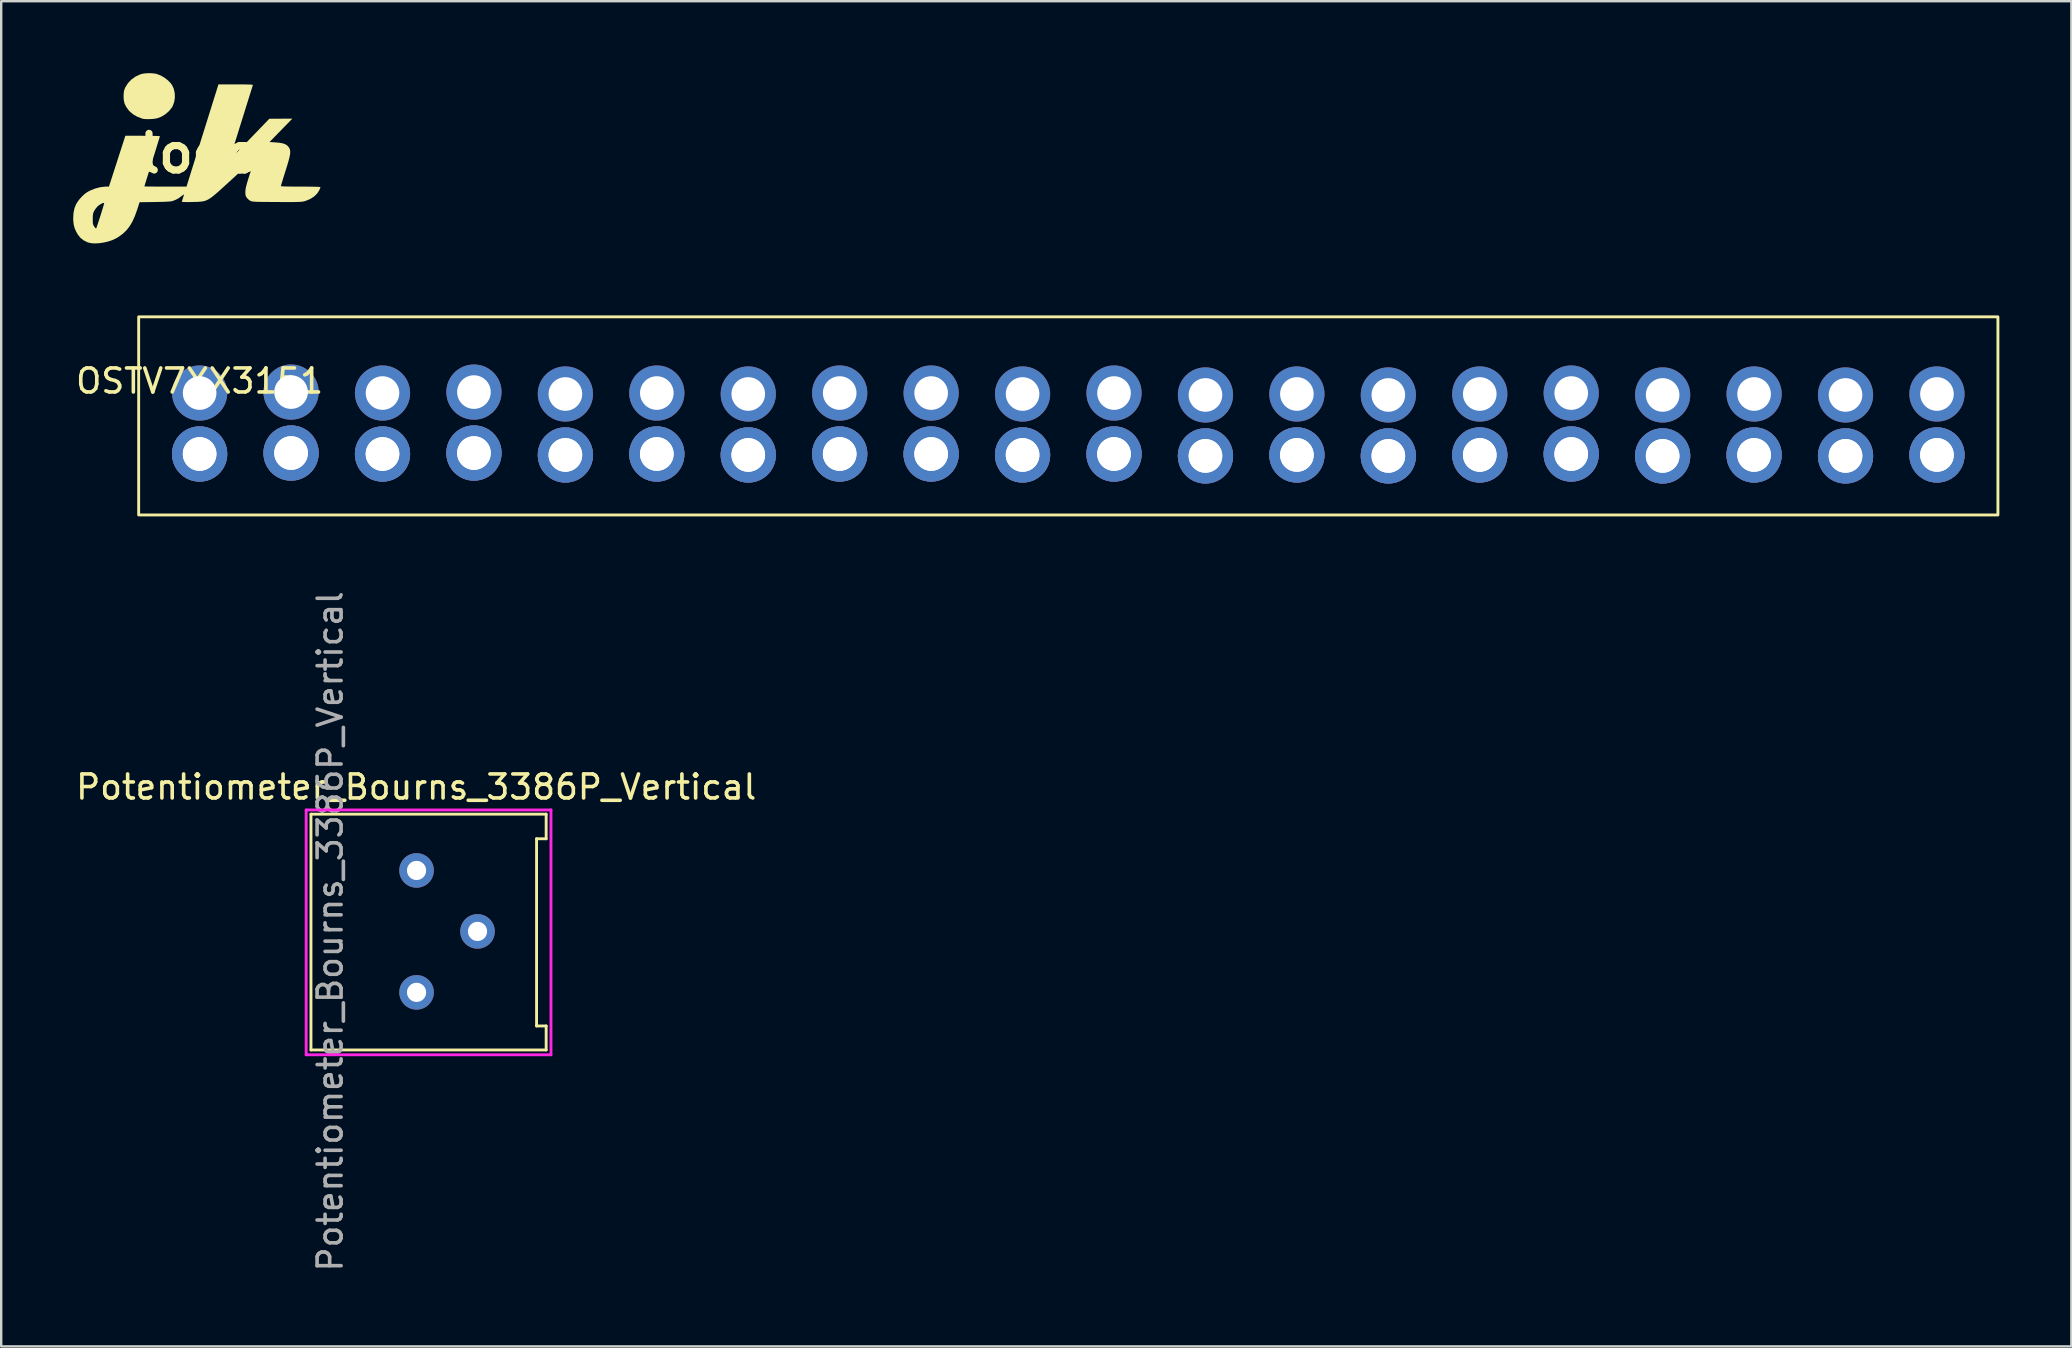
<source format=kicad_pcb>
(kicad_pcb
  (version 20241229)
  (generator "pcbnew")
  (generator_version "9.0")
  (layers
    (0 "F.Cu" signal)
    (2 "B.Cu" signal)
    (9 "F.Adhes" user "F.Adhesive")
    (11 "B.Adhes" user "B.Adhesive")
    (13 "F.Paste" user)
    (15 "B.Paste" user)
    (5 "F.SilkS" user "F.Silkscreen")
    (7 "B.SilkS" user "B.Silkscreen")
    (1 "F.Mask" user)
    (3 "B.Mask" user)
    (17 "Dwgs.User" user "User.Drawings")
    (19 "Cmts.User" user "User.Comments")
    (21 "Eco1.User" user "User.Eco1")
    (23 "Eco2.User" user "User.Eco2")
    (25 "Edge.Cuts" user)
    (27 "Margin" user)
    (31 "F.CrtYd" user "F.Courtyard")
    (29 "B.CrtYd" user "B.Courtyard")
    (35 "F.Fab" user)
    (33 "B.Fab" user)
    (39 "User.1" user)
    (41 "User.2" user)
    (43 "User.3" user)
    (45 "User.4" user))
  (footprint "Potentiometer_Bourns_3386P_Vertical"
    (layer "F.Cu")
    (at 14.307 38.299)
    (property "Reference" "Potentiometer_Bourns_3386P_Vertical" (at -0.015 -8.555 0) (layer "F.SilkS") (effects (font (size 1 1) (thickness 0.15))))
    (attr through_hole)
    (fp_line (start -4.4 -7.425) (end -4.4 2.4) (stroke (width 0.12) (type solid)) (layer "F.SilkS"))
    (fp_line (start -4.4 -7.425) (end 5.4 -7.425) (stroke (width 0.12) (type solid)) (layer "F.SilkS"))
    (fp_line (start -4.4 2.4) (end 5.4 2.4) (stroke (width 0.12) (type solid)) (layer "F.SilkS"))
    (fp_line (start 5 -6.4) (end 5 1.4) (stroke (width 0.12) (type solid)) (layer "F.SilkS"))
    (fp_line (start 5 1.4) (end 5.4 1.4) (stroke (width 0.12) (type solid)) (layer "F.SilkS"))
    (fp_line (start 5.4 -7.425) (end 5.4 -6.4) (stroke (width 0.12) (type solid)) (layer "F.SilkS"))
    (fp_line (start 5.4 -6.4) (end 5 -6.4) (stroke (width 0.12) (type solid)) (layer "F.SilkS"))
    (fp_line (start 5.4 1.4) (end 5.4 2.4) (stroke (width 0.12) (type solid)) (layer "F.SilkS"))
    (fp_line (start -4.6 -7.6) (end -4.6 2.6) (stroke (width 0.12) (type solid)) (layer "F.CrtYd"))
    (fp_line (start -4.6 -7.6) (end 5.6 -7.6) (stroke (width 0.12) (type solid)) (layer "F.CrtYd"))
    (fp_line (start -4.6 2.6) (end 5.6 2.6) (stroke (width 0.12) (type solid)) (layer "F.CrtYd"))
    (fp_line (start 5.6 -7.6) (end 5.6 2.6) (stroke (width 0.12) (type solid)) (layer "F.CrtYd"))
    (fp_text user "${REFERENCE}" (at -3.6 -2.54 90) (layer "F.Fab") (effects (font (size 1 1) (thickness 0.15))))
    (pad "1" thru_hole circle (at 0 0) (size 1.44 1.44) (drill 0.8) (layers "*.Cu" "*.Mask"))
    (pad "2" thru_hole circle (at 2.54 -2.54) (size 1.44 1.44) (drill 0.8) (layers "*.Cu" "*.Mask"))
    (pad "3" thru_hole circle (at 0 -5.08) (size 1.44 1.44) (drill 0.8) (layers "*.Cu" "*.Mask")))
  (footprint "logo"
    (layer "F.Cu")
    (at 5.263 3.343)
    (property "Reference" "logo" (at 0 0 0) (layer "F.SilkS") (effects (font (size 1.524 1.524) (thickness 0.3))))
    (attr board_only exclude_from_pos_files exclude_from_bom)
    (fp_poly (pts (xy -2.011 -3.342) (xy -1.879 -3.33) (xy -1.792 -3.314) (xy -1.63 -3.254) (xy -1.47 -3.164) (xy -1.323 -3.052) (xy -1.201 -2.927) (xy -1.14 -2.841) (xy -1.07 -2.685) (xy -1.032 -2.51) (xy -1.027 -2.327) (xy -1.054 -2.147) (xy -1.114 -1.982) (xy -1.149 -1.918) (xy -1.268 -1.767) (xy -1.419 -1.635) (xy -1.59 -1.531) (xy -1.741 -1.471) (xy -1.84 -1.45) (xy -1.963 -1.435) (xy -2.094 -1.429) (xy -2.221 -1.429) (xy -2.33 -1.438) (xy -2.397 -1.453) (xy -2.6 -1.533) (xy -2.765 -1.629) (xy -2.901 -1.743) (xy -2.954 -1.801) (xy -3.055 -1.939) (xy -3.121 -2.074) (xy -3.156 -2.22) (xy -3.164 -2.388) (xy -3.163 -2.427) (xy -3.156 -2.534) (xy -3.143 -2.616) (xy -3.119 -2.69) (xy -3.084 -2.766) (xy -2.978 -2.933) (xy -2.837 -3.08) (xy -2.669 -3.2) (xy -2.483 -3.288) (xy -2.4 -3.314) (xy -2.29 -3.333) (xy -2.154 -3.343)) (stroke (width 0) (type solid)) (fill yes) (layer "F.SilkS"))
    (fp_poly (pts (xy 1.717 -2.876) (xy 1.881 -2.875) (xy 2.008 -2.873) (xy 2.102 -2.87) (xy 2.167 -2.866) (xy 2.206 -2.861) (xy 2.223 -2.854) (xy 2.224 -2.848) (xy 2.216 -2.824) (xy 2.196 -2.761) (xy 2.166 -2.664) (xy 2.126 -2.536) (xy 2.078 -2.383) (xy 2.023 -2.208) (xy 1.963 -2.016) (xy 1.899 -1.81) (xy 1.832 -1.595) (xy 1.763 -1.375) (xy 1.694 -1.154) (xy 1.626 -0.936) (xy 1.561 -0.726) (xy 1.499 -0.528) (xy 1.443 -0.345) (xy 1.392 -0.183) (xy 1.349 -0.045) (xy 1.315 0.065) (xy 1.291 0.143) (xy 1.281 0.175) (xy 1.276 0.193) (xy 1.271 0.208) (xy 1.27 0.219) (xy 1.275 0.222) (xy 1.286 0.217) (xy 1.307 0.201) (xy 1.339 0.173) (xy 1.383 0.13) (xy 1.443 0.071) (xy 1.519 -0.006) (xy 1.615 -0.104) (xy 1.731 -0.223) (xy 1.869 -0.367) (xy 2.033 -0.536) (xy 2.222 -0.732) (xy 2.441 -0.959) (xy 2.52 -1.041) (xy 2.91 -1.445) (xy 3.389 -1.447) (xy 3.868 -1.45) (xy 3.635 -1.21) (xy 3.526 -1.099) (xy 3.402 -0.971) (xy 3.276 -0.843) (xy 3.165 -0.728) (xy 3.159 -0.722) (xy 2.917 -0.475) (xy 3.168 -0.459) (xy 3.34 -0.443) (xy 3.474 -0.418) (xy 3.577 -0.381) (xy 3.655 -0.331) (xy 3.715 -0.265) (xy 3.715 -0.265) (xy 3.746 -0.214) (xy 3.768 -0.16) (xy 3.779 -0.1) (xy 3.78 -0.027) (xy 3.769 0.062) (xy 3.746 0.174) (xy 3.71 0.311) (xy 3.66 0.48) (xy 3.597 0.686) (xy 3.582 0.732) (xy 3.533 0.89) (xy 3.488 1.033) (xy 3.45 1.158) (xy 3.419 1.257) (xy 3.399 1.327) (xy 3.39 1.36) (xy 3.39 1.362) (xy 3.411 1.367) (xy 3.474 1.372) (xy 3.573 1.376) (xy 3.705 1.379) (xy 3.867 1.381) (xy 4.054 1.382) (xy 4.215 1.383) (xy 4.457 1.383) (xy 4.658 1.385) (xy 4.818 1.388) (xy 4.935 1.392) (xy 5.009 1.397) (xy 5.039 1.404) (xy 5.04 1.405) (xy 5.031 1.437) (xy 5.008 1.493) (xy 4.99 1.533) (xy 4.902 1.672) (xy 4.775 1.795) (xy 4.617 1.896) (xy 4.431 1.974) (xy 4.351 1.997) (xy 4.313 2.005) (xy 4.265 2.012) (xy 4.205 2.017) (xy 4.127 2.021) (xy 4.027 2.024) (xy 3.902 2.026) (xy 3.746 2.027) (xy 3.557 2.026) (xy 3.329 2.025) (xy 3.207 2.025) (xy 2.969 2.023) (xy 2.77 2.021) (xy 2.608 2.02) (xy 2.478 2.018) (xy 2.376 2.015) (xy 2.298 2.011) (xy 2.239 2.007) (xy 2.196 2.001) (xy 2.164 1.994) (xy 2.139 1.985) (xy 2.117 1.975) (xy 2.107 1.97) (xy 2.037 1.918) (xy 1.974 1.853) (xy 1.963 1.838) (xy 1.933 1.785) (xy 1.916 1.73) (xy 1.91 1.657) (xy 1.91 1.597) (xy 1.913 1.543) (xy 1.92 1.484) (xy 1.933 1.415) (xy 1.954 1.329) (xy 1.984 1.221) (xy 2.025 1.085) (xy 2.077 0.916) (xy 2.105 0.828) (xy 2.154 0.671) (xy 2.199 0.529) (xy 2.237 0.405) (xy 2.267 0.307) (xy 2.288 0.24) (xy 2.297 0.208) (xy 2.297 0.207) (xy 2.282 0.218) (xy 2.239 0.255) (xy 2.173 0.315) (xy 2.09 0.392) (xy 1.993 0.483) (xy 1.968 0.506) (xy 1.861 0.607) (xy 1.73 0.729) (xy 1.582 0.866) (xy 1.426 1.009) (xy 1.271 1.151) (xy 1.137 1.273) (xy 0.954 1.44) (xy 0.799 1.58) (xy 0.667 1.695) (xy 0.555 1.787) (xy 0.457 1.86) (xy 0.368 1.915) (xy 0.284 1.956) (xy 0.2 1.984) (xy 0.112 2.002) (xy 0.013 2.013) (xy -0.099 2.019) (xy -0.23 2.022) (xy -0.295 2.024) (xy -0.447 2.026) (xy -0.571 2.026) (xy -0.663 2.023) (xy -0.72 2.018) (xy -0.736 2.013) (xy -0.729 1.982) (xy -0.711 1.923) (xy -0.691 1.862) (xy -0.668 1.79) (xy -0.652 1.735) (xy -0.647 1.712) (xy -0.662 1.715) (xy -0.702 1.741) (xy -0.753 1.78) (xy -0.865 1.864) (xy -0.978 1.926) (xy -1.112 1.979) (xy -1.153 1.99) (xy -1.209 1.999) (xy -1.285 2.006) (xy -1.385 2.012) (xy -1.515 2.017) (xy -1.681 2.021) (xy -1.856 2.024) (xy -2.496 2.033) (xy -2.599 2.348) (xy -2.695 2.615) (xy -2.798 2.843) (xy -2.914 3.037) (xy -3.044 3.203) (xy -3.195 3.347) (xy -3.369 3.475) (xy -3.459 3.529) (xy -3.615 3.605) (xy -3.792 3.666) (xy -3.98 3.711) (xy -4.17 3.74) (xy -4.352 3.75) (xy -4.515 3.74) (xy -4.652 3.708) (xy -4.665 3.703) (xy -4.825 3.624) (xy -4.957 3.521) (xy -5.066 3.387) (xy -5.143 3.254) (xy -5.204 3.112) (xy -5.242 2.967) (xy -5.26 2.806) (xy -5.262 2.732) (xy -4.448 2.732) (xy -4.448 2.836) (xy -4.444 2.907) (xy -4.434 2.958) (xy -4.415 3.001) (xy -4.386 3.047) (xy -4.384 3.051) (xy -4.34 3.108) (xy -4.313 3.125) (xy -4.302 3.118) (xy -4.291 3.089) (xy -4.269 3.024) (xy -4.237 2.929) (xy -4.198 2.811) (xy -4.154 2.675) (xy -4.124 2.582) (xy -4.079 2.439) (xy -4.04 2.311) (xy -4.008 2.204) (xy -3.985 2.123) (xy -3.974 2.074) (xy -3.973 2.063) (xy -4.003 2.061) (xy -4.058 2.081) (xy -4.124 2.116) (xy -4.192 2.161) (xy -4.245 2.204) (xy -4.307 2.275) (xy -4.367 2.359) (xy -4.389 2.397) (xy -4.417 2.455) (xy -4.434 2.509) (xy -4.444 2.573) (xy -4.448 2.659) (xy -4.448 2.732) (xy -5.262 2.732) (xy -5.263 2.697) (xy -5.25 2.475) (xy -5.209 2.28) (xy -5.137 2.106) (xy -5.029 1.942) (xy -4.907 1.804) (xy -4.809 1.71) (xy -4.721 1.641) (xy -4.628 1.584) (xy -4.549 1.544) (xy -4.347 1.463) (xy -4.143 1.409) (xy -3.949 1.384) (xy -3.902 1.383) (xy -3.774 1.383) (xy -3.628 0.931) (xy -3.58 0.781) (xy -3.521 0.6) (xy -3.457 0.401) (xy -3.391 0.196) (xy -3.327 -0.003) (xy -3.286 -0.128) (xy -3.09 -0.736) (xy -2.37 -0.736) (xy -2.196 -0.735) (xy -2.037 -0.734) (xy -1.899 -0.731) (xy -1.786 -0.728) (xy -1.704 -0.724) (xy -1.658 -0.72) (xy -1.65 -0.718) (xy -1.657 -0.693) (xy -1.675 -0.631) (xy -1.705 -0.534) (xy -1.744 -0.407) (xy -1.791 -0.254) (xy -1.845 -0.08) (xy -1.905 0.112) (xy -1.969 0.317) (xy -1.974 0.332) (xy -2.038 0.538) (xy -2.098 0.73) (xy -2.152 0.904) (xy -2.2 1.058) (xy -2.24 1.185) (xy -2.27 1.283) (xy -2.289 1.347) (xy -2.297 1.373) (xy -2.297 1.373) (xy -2.275 1.375) (xy -2.214 1.377) (xy -2.118 1.379) (xy -1.991 1.38) (xy -1.839 1.381) (xy -1.665 1.382) (xy -1.476 1.383) (xy -1.42 1.383) (xy -0.542 1.383) (xy 0.123 -0.747) (xy 0.789 -2.877) (xy 1.512 -2.877)) (stroke (width 0) (type solid)) (fill yes) (layer "F.SilkS")))
  (footprint "OSTV7XX3151"
    (layer "F.Cu")
    (at 5.268 13.327)
    (property "Reference" "OSTV7XX3151" (at 0 -0.5 0) (unlocked yes) (layer "F.SilkS") (effects (font (size 1 1) (thickness 0.15))))
    (attr through_hole)
    (fp_rect (start -2.54 -3.175) (end 74.93 5.08) (stroke (width 0.12) (type solid)) (fill no) (layer "F.SilkS"))
    (pad "1" thru_hole circle (at 0 0) (size 2.3 2.3) (drill 1.4) (layers "*.Cu" "*.Mask"))
    (pad "1" thru_hole circle (at 0 2.54) (size 2.3 2.3) (drill 1.4) (layers "*.Cu" "*.Mask"))
    (pad "1" thru_hole circle (at 0 2.54) (size 2.3 2.3) (drill 1.4) (layers "*.Cu" "*.Mask"))
    (pad "2" thru_hole circle (at 3.81 -0.04) (size 2.3 2.3) (drill 1.4) (layers "*.Cu" "*.Mask"))
    (pad "2" thru_hole circle (at 3.81 2.5) (size 2.3 2.3) (drill 1.4) (layers "*.Cu" "*.Mask"))
    (pad "2" thru_hole circle (at 3.81 2.5) (size 2.3 2.3) (drill 1.4) (layers "*.Cu" "*.Mask"))
    (pad "3" thru_hole circle (at 7.62 0) (size 2.3 2.3) (drill 1.4) (layers "*.Cu" "*.Mask"))
    (pad "3" thru_hole circle (at 7.62 2.54) (size 2.3 2.3) (drill 1.4) (layers "*.Cu" "*.Mask"))
    (pad "3" thru_hole circle (at 7.62 2.54) (size 2.3 2.3) (drill 1.4) (layers "*.Cu" "*.Mask"))
    (pad "4" thru_hole circle (at 11.43 -0.04) (size 2.3 2.3) (drill 1.4) (layers "*.Cu" "*.Mask"))
    (pad "4" thru_hole circle (at 11.43 2.5) (size 2.3 2.3) (drill 1.4) (layers "*.Cu" "*.Mask"))
    (pad "4" thru_hole circle (at 11.43 2.5) (size 2.3 2.3) (drill 1.4) (layers "*.Cu" "*.Mask"))
    (pad "5" thru_hole circle (at 15.24 0.04) (size 2.3 2.3) (drill 1.4) (layers "*.Cu" "*.Mask"))
    (pad "5" thru_hole circle (at 15.24 2.58) (size 2.3 2.3) (drill 1.4) (layers "*.Cu" "*.Mask"))
    (pad "5" thru_hole circle (at 15.24 2.58) (size 2.3 2.3) (drill 1.4) (layers "*.Cu" "*.Mask"))
    (pad "6" thru_hole circle (at 19.05 0) (size 2.3 2.3) (drill 1.4) (layers "*.Cu" "*.Mask"))
    (pad "6" thru_hole circle (at 19.05 2.54) (size 2.3 2.3) (drill 1.4) (layers "*.Cu" "*.Mask"))
    (pad "6" thru_hole circle (at 19.05 2.54) (size 2.3 2.3) (drill 1.4) (layers "*.Cu" "*.Mask"))
    (pad "7" thru_hole circle (at 22.86 0.04) (size 2.3 2.3) (drill 1.4) (layers "*.Cu" "*.Mask"))
    (pad "7" thru_hole circle (at 22.86 2.58) (size 2.3 2.3) (drill 1.4) (layers "*.Cu" "*.Mask"))
    (pad "7" thru_hole circle (at 22.86 2.58) (size 2.3 2.3) (drill 1.4) (layers "*.Cu" "*.Mask"))
    (pad "8" thru_hole circle (at 26.67 0) (size 2.3 2.3) (drill 1.4) (layers "*.Cu" "*.Mask"))
    (pad "8" thru_hole circle (at 26.67 2.54) (size 2.3 2.3) (drill 1.4) (layers "*.Cu" "*.Mask"))
    (pad "8" thru_hole circle (at 26.67 2.54) (size 2.3 2.3) (drill 1.4) (layers "*.Cu" "*.Mask"))
    (pad "9" thru_hole circle (at 30.48 0) (size 2.3 2.3) (drill 1.4) (layers "*.Cu" "*.Mask"))
    (pad "9" thru_hole circle (at 30.48 2.54) (size 2.3 2.3) (drill 1.4) (layers "*.Cu" "*.Mask"))
    (pad "9" thru_hole circle (at 30.48 2.54) (size 2.3 2.3) (drill 1.4) (layers "*.Cu" "*.Mask"))
    (pad "10" thru_hole circle (at 34.29 0.04) (size 2.3 2.3) (drill 1.4) (layers "*.Cu" "*.Mask"))
    (pad "10" thru_hole circle (at 34.29 2.58) (size 2.3 2.3) (drill 1.4) (layers "*.Cu" "*.Mask"))
    (pad "10" thru_hole circle (at 34.29 2.58) (size 2.3 2.3) (drill 1.4) (layers "*.Cu" "*.Mask"))
    (pad "11" thru_hole circle (at 38.1 0) (size 2.3 2.3) (drill 1.4) (layers "*.Cu" "*.Mask"))
    (pad "11" thru_hole circle (at 38.1 2.54) (size 2.3 2.3) (drill 1.4) (layers "*.Cu" "*.Mask"))
    (pad "11" thru_hole circle (at 38.1 2.54) (size 2.3 2.3) (drill 1.4) (layers "*.Cu" "*.Mask"))
    (pad "12" thru_hole circle (at 41.91 0.08) (size 2.3 2.3) (drill 1.4) (layers "*.Cu" "*.Mask"))
    (pad "12" thru_hole circle (at 41.91 2.62) (size 2.3 2.3) (drill 1.4) (layers "*.Cu" "*.Mask"))
    (pad "12" thru_hole circle (at 41.91 2.62) (size 2.3 2.3) (drill 1.4) (layers "*.Cu" "*.Mask"))
    (pad "13" thru_hole circle (at 45.72 0.04) (size 2.3 2.3) (drill 1.4) (layers "*.Cu" "*.Mask"))
    (pad "13" thru_hole circle (at 45.72 2.58) (size 2.3 2.3) (drill 1.4) (layers "*.Cu" "*.Mask"))
    (pad "13" thru_hole circle (at 45.72 2.58) (size 2.3 2.3) (drill 1.4) (layers "*.Cu" "*.Mask"))
    (pad "14" thru_hole circle (at 49.53 0.08) (size 2.3 2.3) (drill 1.4) (layers "*.Cu" "*.Mask"))
    (pad "14" thru_hole circle (at 49.53 2.62) (size 2.3 2.3) (drill 1.4) (layers "*.Cu" "*.Mask"))
    (pad "14" thru_hole circle (at 49.53 2.62) (size 2.3 2.3) (drill 1.4) (layers "*.Cu" "*.Mask"))
    (pad "15" thru_hole circle (at 53.34 0.04) (size 2.3 2.3) (drill 1.4) (layers "*.Cu" "*.Mask"))
    (pad "15" thru_hole circle (at 53.34 2.58) (size 2.3 2.3) (drill 1.4) (layers "*.Cu" "*.Mask"))
    (pad "15" thru_hole circle (at 53.34 2.58) (size 2.3 2.3) (drill 1.4) (layers "*.Cu" "*.Mask"))
    (pad "16" thru_hole circle (at 57.15 0) (size 2.3 2.3) (drill 1.4) (layers "*.Cu" "*.Mask"))
    (pad "16" thru_hole circle (at 57.15 2.54) (size 2.3 2.3) (drill 1.4) (layers "*.Cu" "*.Mask"))
    (pad "16" thru_hole circle (at 57.15 2.54) (size 2.3 2.3) (drill 1.4) (layers "*.Cu" "*.Mask"))
    (pad "17" thru_hole circle (at 60.96 0.08) (size 2.3 2.3) (drill 1.4) (layers "*.Cu" "*.Mask"))
    (pad "17" thru_hole circle (at 60.96 2.62) (size 2.3 2.3) (drill 1.4) (layers "*.Cu" "*.Mask"))
    (pad "17" thru_hole circle (at 60.96 2.62) (size 2.3 2.3) (drill 1.4) (layers "*.Cu" "*.Mask"))
    (pad "18" thru_hole circle (at 64.77 0.04) (size 2.3 2.3) (drill 1.4) (layers "*.Cu" "*.Mask"))
    (pad "18" thru_hole circle (at 64.77 2.58) (size 2.3 2.3) (drill 1.4) (layers "*.Cu" "*.Mask"))
    (pad "18" thru_hole circle (at 64.77 2.58) (size 2.3 2.3) (drill 1.4) (layers "*.Cu" "*.Mask"))
    (pad "19" thru_hole circle (at 68.58 0.08) (size 2.3 2.3) (drill 1.4) (layers "*.Cu" "*.Mask"))
    (pad "19" thru_hole circle (at 68.58 2.62) (size 2.3 2.3) (drill 1.4) (layers "*.Cu" "*.Mask"))
    (pad "19" thru_hole circle (at 68.58 2.62) (size 2.3 2.3) (drill 1.4) (layers "*.Cu" "*.Mask"))
    (pad "20" thru_hole circle (at 72.39 0.04) (size 2.3 2.3) (drill 1.4) (layers "*.Cu" "*.Mask"))
    (pad "20" thru_hole circle (at 72.39 2.58) (size 2.3 2.3) (drill 1.4) (layers "*.Cu" "*.Mask"))
    (pad "20" thru_hole circle (at 72.39 2.58) (size 2.3 2.3) (drill 1.4) (layers "*.Cu" "*.Mask")))
  (gr_rect
    (start -3 -3)
    (end 83.258 53.051)
    (stroke (width 0.1) (type default))
    (fill no)
    (layer "Edge.Cuts")))
</source>
